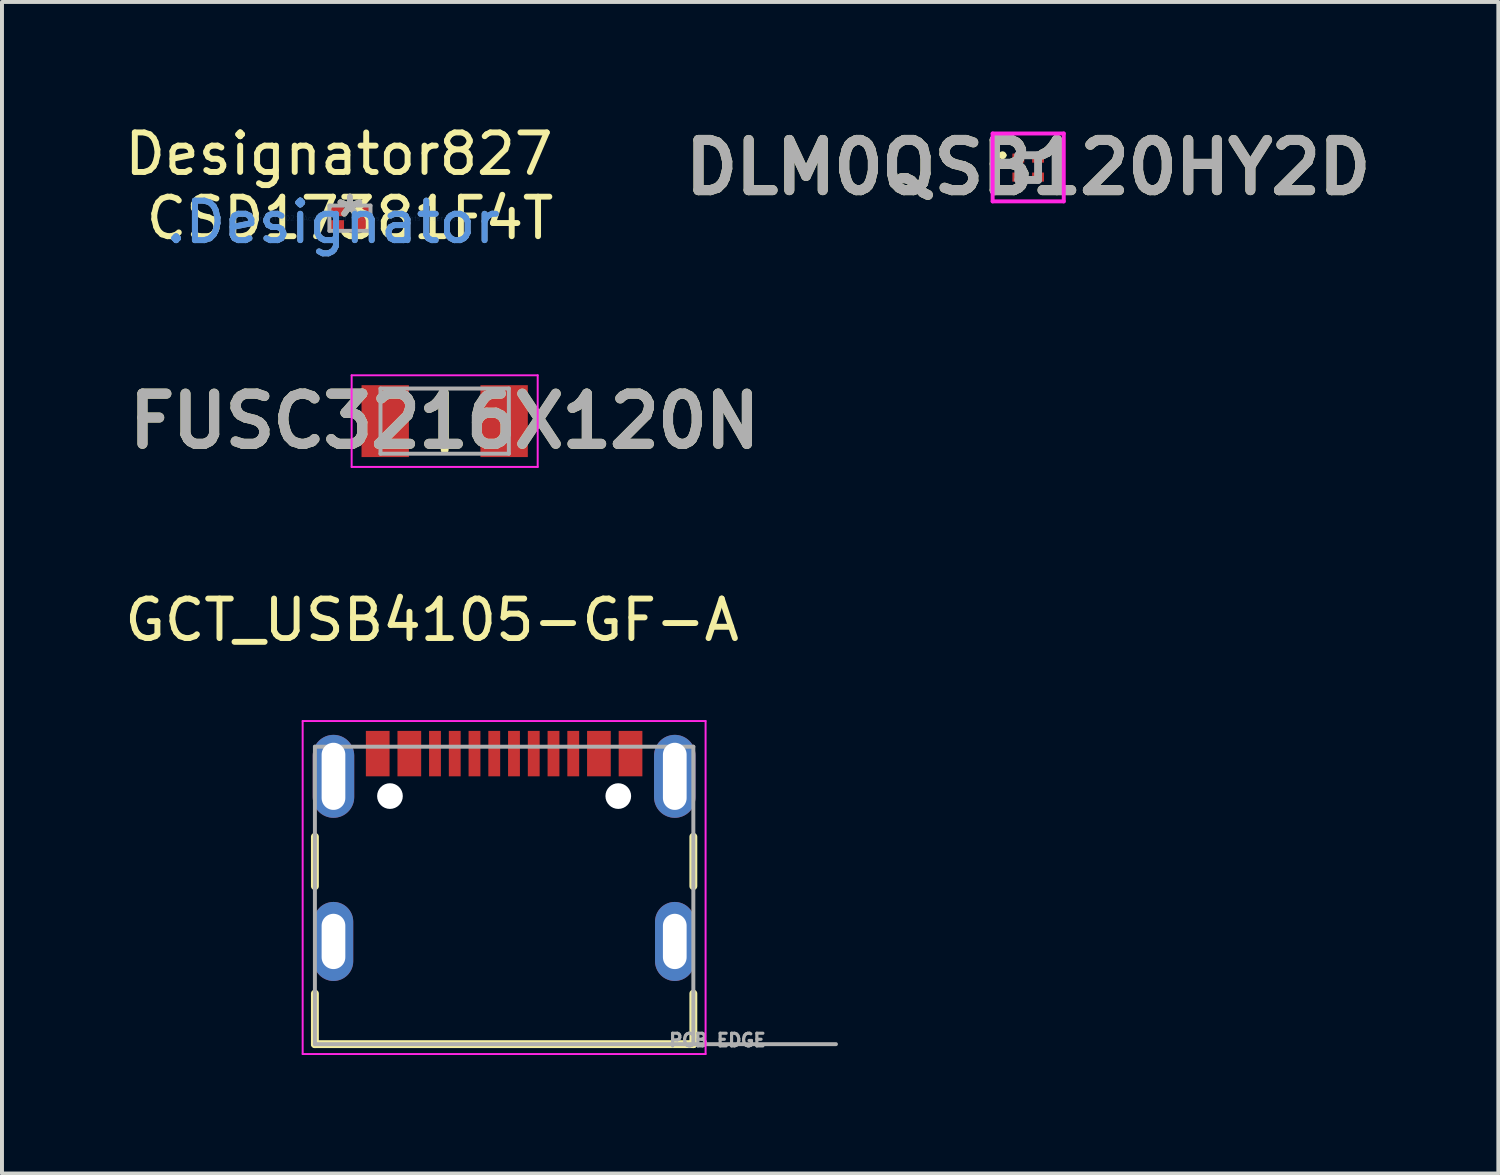
<source format=kicad_pcb>
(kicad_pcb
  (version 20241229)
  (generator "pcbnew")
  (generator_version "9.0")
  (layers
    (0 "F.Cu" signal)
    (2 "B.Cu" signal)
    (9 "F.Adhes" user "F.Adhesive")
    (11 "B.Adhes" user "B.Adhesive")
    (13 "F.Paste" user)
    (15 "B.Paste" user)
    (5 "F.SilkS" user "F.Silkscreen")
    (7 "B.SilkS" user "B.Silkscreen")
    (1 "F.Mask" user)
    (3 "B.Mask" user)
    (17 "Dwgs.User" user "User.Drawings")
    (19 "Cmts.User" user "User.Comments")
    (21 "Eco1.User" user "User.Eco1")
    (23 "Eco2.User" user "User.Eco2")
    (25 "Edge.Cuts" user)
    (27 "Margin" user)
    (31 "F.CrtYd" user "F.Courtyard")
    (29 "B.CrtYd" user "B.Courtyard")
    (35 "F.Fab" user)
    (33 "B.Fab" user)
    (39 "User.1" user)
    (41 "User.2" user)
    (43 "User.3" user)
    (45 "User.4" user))
  (footprint "FUSC3216X120N"
    (layer "F.Cu")
    (at 8.207 7.611)
    (property "Reference" "FUSC3216X120N" (at 0 0 0) (layer "F.SilkS") (effects (font (size 1.27 1.27) (thickness 0.254))))
    (attr smd)
    (fp_line (start 0 -0.725) (end 0 0.725) (stroke (width 0.2) (type solid)) (layer "F.SilkS"))
    (fp_line (start -2.355 -1.16) (end 2.355 -1.16) (stroke (width 0.05) (type solid)) (layer "F.CrtYd"))
    (fp_line (start -2.355 1.16) (end -2.355 -1.16) (stroke (width 0.05) (type solid)) (layer "F.CrtYd"))
    (fp_line (start 2.355 -1.16) (end 2.355 1.16) (stroke (width 0.05) (type solid)) (layer "F.CrtYd"))
    (fp_line (start 2.355 1.16) (end -2.355 1.16) (stroke (width 0.05) (type solid)) (layer "F.CrtYd"))
    (fp_line (start -1.625 -0.825) (end 1.625 -0.825) (stroke (width 0.1) (type solid)) (layer "F.Fab"))
    (fp_line (start -1.625 0.825) (end -1.625 -0.825) (stroke (width 0.1) (type solid)) (layer "F.Fab"))
    (fp_line (start 1.625 -0.825) (end 1.625 0.825) (stroke (width 0.1) (type solid)) (layer "F.Fab"))
    (fp_line (start 1.625 0.825) (end -1.625 0.825) (stroke (width 0.1) (type solid)) (layer "F.Fab"))
    (fp_text user "${REFERENCE}" (at 0 0 0) (layer "F.Fab") (effects (font (size 1.27 1.27) (thickness 0.254))))
    (pad "1" smd rect (at -1.505 0) (size 1.2 1.82) (layers "F.Cu" "F.Mask" "F.Paste"))
    (pad "2" smd rect (at 1.505 0) (size 1.2 1.82) (layers "F.Cu" "F.Mask" "F.Paste")))
  (footprint "CSD17381F4T"
    (layer "F.Cu")
    (at 5.809 2.474)
    (property "Reference" "CSD17381F4T" (at 0 0 0) (layer "F.SilkS") (effects (font (size 1 1) (thickness 0.15))))
    (attr through_hole)
    (fp_poly (pts (xy -0.45 -0.15) (xy -0.45 -0.25) (xy -0.449 -0.26) (xy -0.446 -0.269) (xy -0.442 -0.278) (xy -0.435 -0.285) (xy -0.428 -0.292) (xy -0.419 -0.296) (xy -0.41 -0.299) (xy -0.4 -0.3) (xy -0.25 -0.3) (xy -0.24 -0.299) (xy -0.231 -0.296) (xy -0.222 -0.292) (xy -0.215 -0.285) (xy -0.208 -0.278) (xy -0.204 -0.269) (xy -0.201 -0.26) (xy -0.2 -0.25) (xy -0.2 -0.15) (xy -0.201 -0.14) (xy -0.204 -0.131) (xy -0.208 -0.122) (xy -0.215 -0.115) (xy -0.222 -0.108) (xy -0.231 -0.104) (xy -0.24 -0.101) (xy -0.25 -0.1) (xy -0.4 -0.1) (xy -0.41 -0.101) (xy -0.419 -0.104) (xy -0.428 -0.108) (xy -0.435 -0.115) (xy -0.442 -0.122) (xy -0.446 -0.131) (xy -0.449 -0.14)) (stroke (width 0.1) (type solid)) (fill yes) (layer "F.Paste"))
    (fp_poly (pts (xy -0.45 0.25) (xy -0.45 0.15) (xy -0.449 0.14) (xy -0.446 0.131) (xy -0.442 0.122) (xy -0.435 0.115) (xy -0.428 0.108) (xy -0.419 0.104) (xy -0.41 0.101) (xy -0.4 0.1) (xy -0.25 0.1) (xy -0.24 0.101) (xy -0.231 0.104) (xy -0.222 0.108) (xy -0.215 0.115) (xy -0.208 0.122) (xy -0.204 0.131) (xy -0.201 0.14) (xy -0.2 0.15) (xy -0.2 0.25) (xy -0.201 0.26) (xy -0.204 0.269) (xy -0.208 0.278) (xy -0.215 0.285) (xy -0.222 0.292) (xy -0.231 0.296) (xy -0.24 0.299) (xy -0.25 0.3) (xy -0.4 0.3) (xy -0.41 0.299) (xy -0.419 0.296) (xy -0.428 0.292) (xy -0.435 0.285) (xy -0.442 0.278) (xy -0.446 0.269) (xy -0.449 0.26)) (stroke (width 0.1) (type solid)) (fill yes) (layer "F.Paste"))
    (fp_line (start -0.52 -0.32) (end 0.52 -0.32) (stroke (width 0.1) (type solid)) (layer "F.Fab"))
    (fp_line (start -0.52 0.32) (end -0.52 -0.32) (stroke (width 0.1) (type solid)) (layer "F.Fab"))
    (fp_line (start -0.52 0.32) (end 0.52 0.32) (stroke (width 0.1) (type solid)) (layer "F.Fab"))
    (fp_line (start 0.52 0.32) (end 0.52 -0.32) (stroke (width 0.1) (type solid)) (layer "F.Fab"))
    (fp_text user "Designator827" (at -0.279 -1.626 0) (layer "F.SilkS") (effects (font (size 1 1) (thickness 0.15))))
    (fp_text user "*" (at 0 0 0) (layer "F.SilkS") (effects (font (size 1 1) (thickness 0.15))))
    (fp_text user ".Designator" (at -0.425 0.1 0) (layer "Cmts.User") (effects (font (size 1 1) (thickness 0.15))))
    (fp_text user "Copyright 2021 Accelerated Designs. All rights reserved." (at 0 0 0) (layer "Cmts.User") (effects (font (size 0.127 0.127) (thickness 0.002))))
    (fp_text user "*" (at 0 0 0) (layer "F.Fab") (effects (font (size 1 1) (thickness 0.15))))
    (fp_text user ".Designator" (at -0.425 0.1 0) (layer "F.Fab") (effects (font (size 1 1) (thickness 0.15))))
    (pad "1" smd rect (at -0.325 -0.175 90) (size 0.25 0.35) (layers "F.Cu" "F.Mask"))
    (pad "2" smd rect (at -0.325 0.175 90) (size 0.25 0.35) (layers "F.Cu" "F.Mask"))
    (pad "3" smd rect (at 0.325 0 90) (size 0.6 0.35) (layers "F.Cu" "F.Mask" "F.Paste")))
  (footprint "GCT_USB4105-GF-A"
    (layer "F.Cu")
    (at 9.712 20.783)
    (property "Reference" "GCT_USB4105-GF-A" (at -1.825 -8.135 0) (layer "F.SilkS") (effects (font (size 1 1) (thickness 0.15))))
    (attr through_hole)
    (fp_line (start -4.79 -2.65) (end -4.79 -1.4) (stroke (width 0.2) (type solid)) (layer "F.SilkS"))
    (fp_line (start -4.79 1.32) (end -4.79 2.6) (stroke (width 0.2) (type solid)) (layer "F.SilkS"))
    (fp_line (start -4.79 2.6) (end 4.79 2.6) (stroke (width 0.2) (type solid)) (layer "F.SilkS"))
    (fp_line (start 4.79 -2.65) (end 4.79 -1.4) (stroke (width 0.2) (type solid)) (layer "F.SilkS"))
    (fp_line (start 4.79 2.6) (end 4.79 1.32) (stroke (width 0.2) (type solid)) (layer "F.SilkS"))
    (fp_line (start -5.1 -5.58) (end -5.1 2.85) (stroke (width 0.05) (type solid)) (layer "F.CrtYd"))
    (fp_line (start -5.1 2.85) (end 5.1 2.85) (stroke (width 0.05) (type solid)) (layer "F.CrtYd"))
    (fp_line (start 5.1 -5.58) (end -5.1 -5.58) (stroke (width 0.05) (type solid)) (layer "F.CrtYd"))
    (fp_line (start 5.1 2.85) (end 5.1 -5.58) (stroke (width 0.05) (type solid)) (layer "F.CrtYd"))
    (fp_line (start -4.79 -4.93) (end 4.79 -4.93) (stroke (width 0.1) (type solid)) (layer "F.Fab"))
    (fp_line (start -4.79 2.6) (end -4.79 -4.93) (stroke (width 0.1) (type solid)) (layer "F.Fab"))
    (fp_line (start 4.79 -4.93) (end 4.79 2.6) (stroke (width 0.1) (type solid)) (layer "F.Fab"))
    (fp_line (start 4.79 2.6) (end -4.79 2.6) (stroke (width 0.1) (type solid)) (layer "F.Fab"))
    (fp_line (start 4.8 2.6) (end 8.4 2.6) (stroke (width 0.1) (type solid)) (layer "F.Fab"))
    (fp_text user "PCB EDGE" (at 5.4 2.5 0) (layer "F.Fab") (effects (font (size 0.32 0.32) (thickness 0.15))))
    (pad "" np_thru_hole circle (at -2.89 -3.68) (size 0.65 0.65) (drill 0.65) (layers "*.Cu" "*.Mask"))
    (pad "" np_thru_hole circle (at 2.89 -3.68) (size 0.65 0.65) (drill 0.65) (layers "*.Cu" "*.Mask"))
    (pad "A1_B12" smd rect (at -3.2 -4.755) (size 0.6 1.15) (layers "F.Cu" "F.Mask" "F.Paste"))
    (pad "A4_B9" smd rect (at -2.4 -4.755) (size 0.6 1.15) (layers "F.Cu" "F.Mask" "F.Paste"))
    (pad "A5" smd rect (at -1.25 -4.755) (size 0.3 1.15) (layers "F.Cu" "F.Mask" "F.Paste"))
    (pad "A6" smd rect (at -0.25 -4.755) (size 0.3 1.15) (layers "F.Cu" "F.Mask" "F.Paste"))
    (pad "A7" smd rect (at 0.25 -4.755) (size 0.3 1.15) (layers "F.Cu" "F.Mask" "F.Paste"))
    (pad "A8" smd rect (at 1.25 -4.755) (size 0.3 1.15) (layers "F.Cu" "F.Mask" "F.Paste"))
    (pad "B1_A12" smd rect (at 3.2 -4.755) (size 0.6 1.15) (layers "F.Cu" "F.Mask" "F.Paste"))
    (pad "B4_A9" smd rect (at 2.4 -4.755) (size 0.6 1.15) (layers "F.Cu" "F.Mask" "F.Paste"))
    (pad "B5" smd rect (at 1.75 -4.755) (size 0.3 1.15) (layers "F.Cu" "F.Mask" "F.Paste"))
    (pad "B6" smd rect (at 0.75 -4.755) (size 0.3 1.15) (layers "F.Cu" "F.Mask" "F.Paste"))
    (pad "B7" smd rect (at -0.75 -4.755) (size 0.3 1.15) (layers "F.Cu" "F.Mask" "F.Paste"))
    (pad "B8" smd rect (at -1.75 -4.755) (size 0.3 1.15) (layers "F.Cu" "F.Mask" "F.Paste"))
    (pad "S1" thru_hole oval (at -4.32 -4.18) (size 1.05 2.1) (drill oval 0.6 1.7) (layers "*.Cu" "*.Mask"))
    (pad "S2" thru_hole oval (at -4.32 0) (size 1 2) (drill oval 0.6 1.4) (layers "*.Cu" "*.Mask"))
    (pad "S3" thru_hole oval (at 4.32 0) (size 1 2) (drill oval 0.6 1.4) (layers "*.Cu" "*.Mask"))
    (pad "S4" thru_hole oval (at 4.32 -4.18) (size 1.05 2.1) (drill oval 0.6 1.7) (layers "*.Cu" "*.Mask")))
  (footprint "DLM0QSB120HY2D"
    (layer "F.Cu")
    (at 22.979 1.193)
    (property "Reference" "DLM0QSB120HY2D" (at 0 -0.004 0) (layer "F.SilkS") (effects (font (size 1.27 1.27) (thickness 0.254))))
    (attr smd)
    (fp_line (start -0.7 -0.313) (end -0.7 -0.313) (stroke (width 0.1) (type solid)) (layer "F.SilkS"))
    (fp_line (start -0.6 -0.313) (end -0.6 -0.313) (stroke (width 0.1) (type solid)) (layer "F.SilkS"))
    (fp_arc (start -0.7 -0.313) (mid -0.65 -0.363) (end -0.6 -0.313) (stroke (width 0.1) (type solid)) (layer "F.SilkS"))
    (fp_arc (start -0.6 -0.313) (mid -0.65 -0.263) (end -0.7 -0.313) (stroke (width 0.1) (type solid)) (layer "F.SilkS"))
    (fp_line (start -0.9 -0.863) (end 0.9 -0.863) (stroke (width 0.1) (type solid)) (layer "F.CrtYd"))
    (fp_line (start -0.9 0.855) (end -0.9 -0.863) (stroke (width 0.1) (type solid)) (layer "F.CrtYd"))
    (fp_line (start 0.9 -0.863) (end 0.9 0.855) (stroke (width 0.1) (type solid)) (layer "F.CrtYd"))
    (fp_line (start 0.9 0.855) (end -0.9 0.855) (stroke (width 0.1) (type solid)) (layer "F.CrtYd"))
    (fp_line (start -0.25 -0.313) (end 0.25 -0.313) (stroke (width 0.2) (type solid)) (layer "F.Fab"))
    (fp_line (start -0.25 0.313) (end -0.25 -0.313) (stroke (width 0.2) (type solid)) (layer "F.Fab"))
    (fp_line (start 0.25 -0.313) (end 0.25 0.313) (stroke (width 0.2) (type solid)) (layer "F.Fab"))
    (fp_line (start 0.25 0.313) (end -0.25 0.313) (stroke (width 0.2) (type solid)) (layer "F.Fab"))
    (fp_text user "${REFERENCE}" (at 0 -0.004 0) (layer "F.Fab") (effects (font (size 1.27 1.27) (thickness 0.254))))
    (pad "1" smd rect (at -0.25 -0.24 90) (size 0.23 0.3) (layers "F.Cu" "F.Mask" "F.Paste"))
    (pad "2" smd rect (at 0.25 -0.24 90) (size 0.23 0.3) (layers "F.Cu" "F.Mask" "F.Paste"))
    (pad "3" smd rect (at 0.25 0.24 90) (size 0.23 0.3) (layers "F.Cu" "F.Mask" "F.Paste"))
    (pad "4" smd rect (at -0.25 0.24 90) (size 0.23 0.3) (layers "F.Cu" "F.Mask" "F.Paste")))
  (gr_rect
    (start -3 -3)
    (end 34.881 26.658)
    (stroke (width 0.1) (type default))
    (fill no)
    (layer "Edge.Cuts")))
</source>
